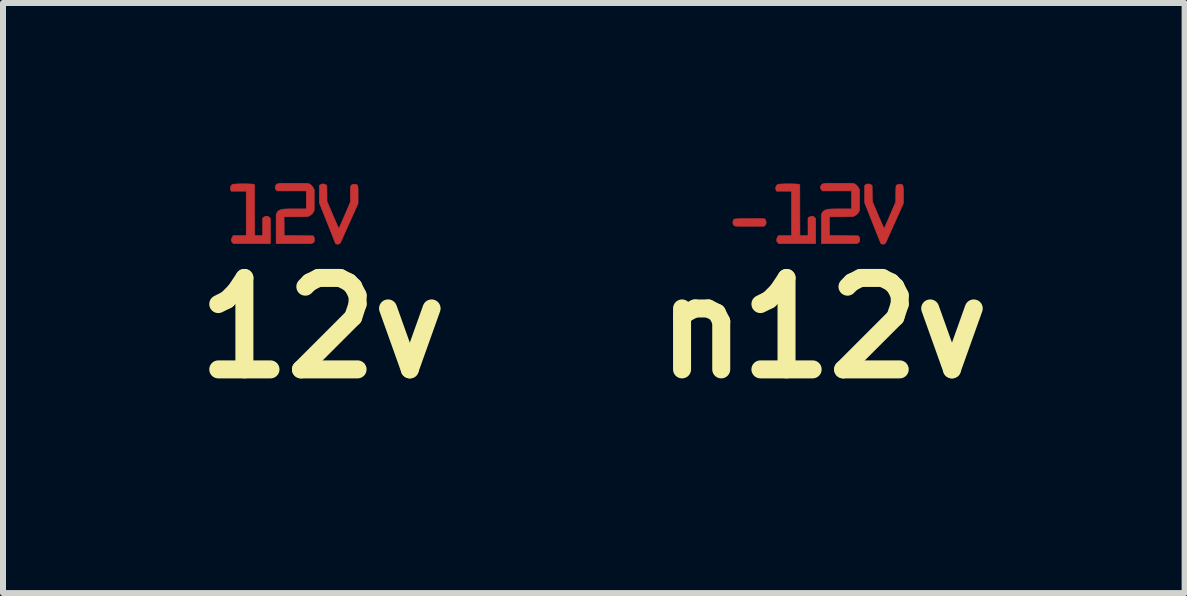
<source format=kicad_pcb>
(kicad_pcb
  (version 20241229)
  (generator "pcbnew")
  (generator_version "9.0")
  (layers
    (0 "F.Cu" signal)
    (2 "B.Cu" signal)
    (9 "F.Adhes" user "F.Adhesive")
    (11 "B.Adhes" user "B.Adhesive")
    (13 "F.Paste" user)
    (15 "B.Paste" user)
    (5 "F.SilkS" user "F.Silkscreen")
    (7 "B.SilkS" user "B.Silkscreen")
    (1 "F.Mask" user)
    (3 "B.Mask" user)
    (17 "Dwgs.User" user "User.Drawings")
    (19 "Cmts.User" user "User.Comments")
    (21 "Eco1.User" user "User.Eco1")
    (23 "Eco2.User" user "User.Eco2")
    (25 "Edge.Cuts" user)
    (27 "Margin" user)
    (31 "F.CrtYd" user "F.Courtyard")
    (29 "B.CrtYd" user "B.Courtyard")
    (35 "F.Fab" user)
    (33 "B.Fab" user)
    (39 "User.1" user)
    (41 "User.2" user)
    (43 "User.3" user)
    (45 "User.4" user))
  (footprint "12v"
    (layer "F.Cu")
    (at 2.33 2.418)
    (property "Reference" "12v" (at 0 0 0) (layer "F.SilkS") (effects (font (size 1.524 1.524) (thickness 0.3))))
    (attr through_hole)
    (fp_poly (pts (xy -1.267 -2.403) (xy -1.233 -2.402) (xy -1.202 -2.401) (xy -1.178 -2.399) (xy -1.161 -2.397) (xy -1.153 -2.395) (xy -1.138 -2.387) (xy -1.137 -1.965) (xy -1.135 -1.542) (xy -1.001 -1.539) (xy -1.001 -1.833) (xy -0.986 -1.846) (xy -0.966 -1.857) (xy -0.942 -1.862) (xy -0.925 -1.864) (xy -0.915 -1.863) (xy -0.906 -1.857) (xy -0.894 -1.847) (xy -0.894 -1.846) (xy -0.874 -1.827) (xy -0.874 -1.407) (xy -1.487 -1.407) (xy -1.503 -1.422) (xy -1.518 -1.442) (xy -1.524 -1.465) (xy -1.52 -1.491) (xy -1.507 -1.518) (xy -1.506 -1.52) (xy -1.493 -1.539) (xy -1.275 -1.539) (xy -1.275 -2.281) (xy -1.524 -2.281) (xy -1.532 -2.297) (xy -1.539 -2.321) (xy -1.538 -2.346) (xy -1.53 -2.368) (xy -1.514 -2.387) (xy -1.502 -2.395) (xy -1.491 -2.397) (xy -1.472 -2.399) (xy -1.446 -2.401) (xy -1.414 -2.402) (xy -1.379 -2.403) (xy -1.342 -2.404) (xy -1.304 -2.404) (xy -1.267 -2.403)) (stroke (width 0.01) (type solid)) (fill yes) (layer "F.Cu"))
    (fp_poly (pts (xy 0.03 -2.399) (xy 0.052 -2.387) (xy 0.055 -2.385) (xy 0.069 -2.373) (xy 0.071 -2.111) (xy 0.168 -1.883) (xy 0.188 -1.838) (xy 0.206 -1.796) (xy 0.222 -1.758) (xy 0.237 -1.725) (xy 0.25 -1.698) (xy 0.259 -1.677) (xy 0.266 -1.664) (xy 0.269 -1.659) (xy 0.269 -1.659) (xy 0.272 -1.665) (xy 0.278 -1.679) (xy 0.288 -1.7) (xy 0.3 -1.728) (xy 0.315 -1.761) (xy 0.331 -1.799) (xy 0.349 -1.841) (xy 0.368 -1.883) (xy 0.462 -2.103) (xy 0.462 -2.229) (xy 0.462 -2.265) (xy 0.463 -2.298) (xy 0.464 -2.326) (xy 0.465 -2.349) (xy 0.466 -2.364) (xy 0.467 -2.369) (xy 0.477 -2.382) (xy 0.494 -2.392) (xy 0.515 -2.397) (xy 0.538 -2.398) (xy 0.559 -2.393) (xy 0.561 -2.392) (xy 0.569 -2.388) (xy 0.575 -2.383) (xy 0.58 -2.375) (xy 0.584 -2.365) (xy 0.586 -2.35) (xy 0.588 -2.33) (xy 0.589 -2.303) (xy 0.589 -2.269) (xy 0.589 -2.225) (xy 0.589 -2.218) (xy 0.589 -2.078) (xy 0.448 -1.761) (xy 0.423 -1.708) (xy 0.4 -1.656) (xy 0.379 -1.608) (xy 0.359 -1.563) (xy 0.341 -1.524) (xy 0.326 -1.49) (xy 0.313 -1.462) (xy 0.304 -1.442) (xy 0.298 -1.43) (xy 0.297 -1.427) (xy 0.284 -1.409) (xy 0.265 -1.399) (xy 0.24 -1.398) (xy 0.227 -1.401) (xy 0.219 -1.406) (xy 0.211 -1.416) (xy 0.208 -1.423) (xy 0.202 -1.439) (xy 0.192 -1.462) (xy 0.18 -1.493) (xy 0.165 -1.529) (xy 0.149 -1.572) (xy 0.13 -1.618) (xy 0.11 -1.669) (xy 0.088 -1.723) (xy 0.074 -1.758) (xy -0.056 -2.086) (xy -0.056 -2.377) (xy -0.043 -2.387) (xy -0.021 -2.398) (xy 0.005 -2.402) (xy 0.03 -2.399)) (stroke (width 0.01) (type solid)) (fill yes) (layer "F.Cu"))
    (fp_poly (pts (xy -0.431 -2.413) (xy -0.383 -2.413) (xy -0.344 -2.413) (xy -0.312 -2.412) (xy -0.287 -2.412) (xy -0.267 -2.411) (xy -0.253 -2.41) (xy -0.242 -2.409) (xy -0.235 -2.407) (xy -0.229 -2.406) (xy -0.227 -2.405) (xy -0.195 -2.383) (xy -0.17 -2.356) (xy -0.158 -2.336) (xy -0.142 -2.305) (xy -0.142 -2.133) (xy -0.142 -1.961) (xy -0.155 -1.936) (xy -0.175 -1.906) (xy -0.204 -1.882) (xy -0.228 -1.868) (xy -0.234 -1.865) (xy -0.241 -1.863) (xy -0.249 -1.861) (xy -0.259 -1.859) (xy -0.273 -1.858) (xy -0.292 -1.857) (xy -0.316 -1.857) (xy -0.346 -1.856) (xy -0.385 -1.856) (xy -0.432 -1.855) (xy -0.448 -1.855) (xy -0.645 -1.854) (xy -0.644 -1.698) (xy -0.643 -1.542) (xy -0.402 -1.539) (xy -0.16 -1.537) (xy -0.149 -1.519) (xy -0.141 -1.503) (xy -0.138 -1.485) (xy -0.139 -1.461) (xy -0.14 -1.451) (xy -0.144 -1.438) (xy -0.152 -1.428) (xy -0.165 -1.42) (xy -0.186 -1.407) (xy -0.777 -1.407) (xy -0.777 -1.894) (xy -0.763 -1.921) (xy -0.753 -1.938) (xy -0.742 -1.95) (xy -0.725 -1.96) (xy -0.722 -1.962) (xy -0.708 -1.968) (xy -0.695 -1.973) (xy -0.681 -1.977) (xy -0.665 -1.98) (xy -0.645 -1.982) (xy -0.621 -1.984) (xy -0.591 -1.985) (xy -0.555 -1.986) (xy -0.51 -1.986) (xy -0.457 -1.986) (xy -0.274 -1.986) (xy -0.274 -2.286) (xy -0.761 -2.286) (xy -0.777 -2.304) (xy -0.79 -2.325) (xy -0.793 -2.348) (xy -0.787 -2.37) (xy -0.779 -2.383) (xy -0.773 -2.389) (xy -0.767 -2.395) (xy -0.761 -2.4) (xy -0.753 -2.403) (xy -0.743 -2.406) (xy -0.729 -2.409) (xy -0.711 -2.41) (xy -0.688 -2.412) (xy -0.658 -2.412) (xy -0.622 -2.413) (xy -0.578 -2.413) (xy -0.525 -2.413) (xy -0.488 -2.413) (xy -0.431 -2.413)) (stroke (width 0.01) (type solid)) (fill yes) (layer "F.Cu")))
  (footprint "n12v"
    (layer "F.Cu")
    (at 10.678 2.418)
    (property "Reference" "n12v" (at 0 0 0) (layer "F.SilkS") (effects (font (size 1.524 1.524) (thickness 0.3))))
    (attr through_hole)
    (fp_poly (pts (xy -0.525 -2.403) (xy -0.491 -2.402) (xy -0.461 -2.401) (xy -0.436 -2.399) (xy -0.419 -2.397) (xy -0.411 -2.395) (xy -0.396 -2.387) (xy -0.395 -1.965) (xy -0.394 -1.542) (xy -0.259 -1.539) (xy -0.259 -1.833) (xy -0.244 -1.846) (xy -0.224 -1.857) (xy -0.2 -1.862) (xy -0.184 -1.864) (xy -0.173 -1.863) (xy -0.164 -1.857) (xy -0.152 -1.847) (xy -0.152 -1.846) (xy -0.132 -1.827) (xy -0.132 -1.407) (xy -0.746 -1.407) (xy -0.761 -1.422) (xy -0.776 -1.442) (xy -0.782 -1.465) (xy -0.778 -1.491) (xy -0.766 -1.518) (xy -0.765 -1.52) (xy -0.752 -1.539) (xy -0.533 -1.539) (xy -0.533 -2.281) (xy -0.782 -2.281) (xy -0.79 -2.297) (xy -0.798 -2.321) (xy -0.797 -2.346) (xy -0.788 -2.368) (xy -0.772 -2.387) (xy -0.76 -2.395) (xy -0.749 -2.397) (xy -0.73 -2.399) (xy -0.704 -2.401) (xy -0.673 -2.402) (xy -0.638 -2.403) (xy -0.6 -2.404) (xy -0.562 -2.404) (xy -0.525 -2.403)) (stroke (width 0.01) (type solid)) (fill yes) (layer "F.Cu"))
    (fp_poly (pts (xy -1.103 -1.823) (xy -1.066 -1.823) (xy -1.034 -1.823) (xy -1.01 -1.822) (xy -0.994 -1.822) (xy -0.987 -1.821) (xy -0.975 -1.813) (xy -0.965 -1.795) (xy -0.964 -1.795) (xy -0.957 -1.768) (xy -0.958 -1.742) (xy -0.968 -1.72) (xy -0.975 -1.711) (xy -0.99 -1.697) (xy -1.233 -1.697) (xy -1.289 -1.697) (xy -1.336 -1.697) (xy -1.375 -1.697) (xy -1.406 -1.697) (xy -1.43 -1.698) (xy -1.449 -1.698) (xy -1.462 -1.699) (xy -1.472 -1.7) (xy -1.479 -1.702) (xy -1.484 -1.703) (xy -1.488 -1.705) (xy -1.49 -1.707) (xy -1.504 -1.724) (xy -1.511 -1.747) (xy -1.511 -1.773) (xy -1.509 -1.78) (xy -1.506 -1.789) (xy -1.504 -1.797) (xy -1.501 -1.803) (xy -1.497 -1.809) (xy -1.49 -1.813) (xy -1.48 -1.816) (xy -1.466 -1.818) (xy -1.446 -1.82) (xy -1.421 -1.821) (xy -1.39 -1.822) (xy -1.35 -1.822) (xy -1.303 -1.822) (xy -1.246 -1.823) (xy -1.24 -1.823) (xy -1.191 -1.823) (xy -1.145 -1.823) (xy -1.103 -1.823)) (stroke (width 0.01) (type solid)) (fill yes) (layer "F.Cu"))
    (fp_poly (pts (xy 0.772 -2.399) (xy 0.794 -2.387) (xy 0.796 -2.385) (xy 0.81 -2.373) (xy 0.813 -2.111) (xy 0.91 -1.883) (xy 0.929 -1.838) (xy 0.948 -1.796) (xy 0.964 -1.758) (xy 0.979 -1.725) (xy 0.991 -1.698) (xy 1.001 -1.677) (xy 1.008 -1.664) (xy 1.011 -1.659) (xy 1.011 -1.659) (xy 1.014 -1.665) (xy 1.02 -1.679) (xy 1.03 -1.7) (xy 1.042 -1.728) (xy 1.056 -1.761) (xy 1.073 -1.799) (xy 1.091 -1.841) (xy 1.109 -1.883) (xy 1.204 -2.103) (xy 1.204 -2.229) (xy 1.204 -2.265) (xy 1.205 -2.298) (xy 1.206 -2.326) (xy 1.207 -2.349) (xy 1.208 -2.364) (xy 1.209 -2.369) (xy 1.219 -2.382) (xy 1.236 -2.392) (xy 1.257 -2.397) (xy 1.28 -2.398) (xy 1.301 -2.393) (xy 1.303 -2.392) (xy 1.311 -2.388) (xy 1.317 -2.383) (xy 1.322 -2.375) (xy 1.325 -2.365) (xy 1.328 -2.35) (xy 1.329 -2.33) (xy 1.33 -2.303) (xy 1.331 -2.269) (xy 1.331 -2.225) (xy 1.331 -2.218) (xy 1.331 -2.078) (xy 1.189 -1.761) (xy 1.165 -1.708) (xy 1.142 -1.656) (xy 1.12 -1.608) (xy 1.1 -1.563) (xy 1.083 -1.524) (xy 1.067 -1.49) (xy 1.055 -1.462) (xy 1.046 -1.442) (xy 1.04 -1.43) (xy 1.039 -1.427) (xy 1.025 -1.409) (xy 1.006 -1.399) (xy 0.982 -1.398) (xy 0.969 -1.401) (xy 0.96 -1.406) (xy 0.953 -1.416) (xy 0.95 -1.423) (xy 0.944 -1.439) (xy 0.934 -1.462) (xy 0.922 -1.493) (xy 0.907 -1.529) (xy 0.89 -1.572) (xy 0.872 -1.618) (xy 0.851 -1.669) (xy 0.83 -1.723) (xy 0.816 -1.758) (xy 0.686 -2.086) (xy 0.686 -2.377) (xy 0.699 -2.387) (xy 0.721 -2.398) (xy 0.746 -2.402) (xy 0.772 -2.399)) (stroke (width 0.01) (type solid)) (fill yes) (layer "F.Cu"))
    (fp_poly (pts (xy 0.311 -2.413) (xy 0.359 -2.413) (xy 0.398 -2.413) (xy 0.43 -2.412) (xy 0.455 -2.412) (xy 0.474 -2.411) (xy 0.489 -2.41) (xy 0.499 -2.409) (xy 0.507 -2.407) (xy 0.512 -2.406) (xy 0.515 -2.405) (xy 0.547 -2.383) (xy 0.572 -2.356) (xy 0.584 -2.336) (xy 0.599 -2.305) (xy 0.599 -1.961) (xy 0.587 -1.936) (xy 0.566 -1.906) (xy 0.538 -1.882) (xy 0.514 -1.868) (xy 0.507 -1.865) (xy 0.501 -1.863) (xy 0.493 -1.861) (xy 0.482 -1.859) (xy 0.468 -1.858) (xy 0.45 -1.857) (xy 0.426 -1.857) (xy 0.395 -1.856) (xy 0.357 -1.856) (xy 0.31 -1.855) (xy 0.293 -1.855) (xy 0.096 -1.854) (xy 0.098 -1.698) (xy 0.099 -1.542) (xy 0.34 -1.539) (xy 0.581 -1.537) (xy 0.593 -1.519) (xy 0.601 -1.503) (xy 0.604 -1.485) (xy 0.603 -1.461) (xy 0.601 -1.451) (xy 0.597 -1.438) (xy 0.589 -1.428) (xy 0.577 -1.42) (xy 0.555 -1.407) (xy -0.036 -1.407) (xy -0.036 -1.894) (xy -0.022 -1.921) (xy -0.011 -1.938) (xy 0.000074 -1.95) (xy 0.016 -1.96) (xy 0.02 -1.962) (xy 0.033 -1.968) (xy 0.047 -1.973) (xy 0.061 -1.977) (xy 0.077 -1.98) (xy 0.097 -1.982) (xy 0.121 -1.984) (xy 0.151 -1.985) (xy 0.187 -1.986) (xy 0.231 -1.986) (xy 0.285 -1.986) (xy 0.467 -1.986) (xy 0.467 -2.286) (xy -0.019 -2.286) (xy -0.035 -2.304) (xy -0.048 -2.325) (xy -0.051 -2.348) (xy -0.045 -2.37) (xy -0.037 -2.383) (xy -0.031 -2.389) (xy -0.026 -2.395) (xy -0.02 -2.4) (xy -0.012 -2.403) (xy -0.001 -2.406) (xy 0.013 -2.409) (xy 0.031 -2.41) (xy 0.054 -2.412) (xy 0.083 -2.412) (xy 0.12 -2.413) (xy 0.164 -2.413) (xy 0.217 -2.413) (xy 0.254 -2.413) (xy 0.311 -2.413)) (stroke (width 0.01) (type solid)) (fill yes) (layer "F.Cu")))
  (gr_rect
    (start -3 -3)
    (end 16.697 6.836)
    (stroke (width 0.1) (type default))
    (fill no)
    (layer "Edge.Cuts")))
</source>
